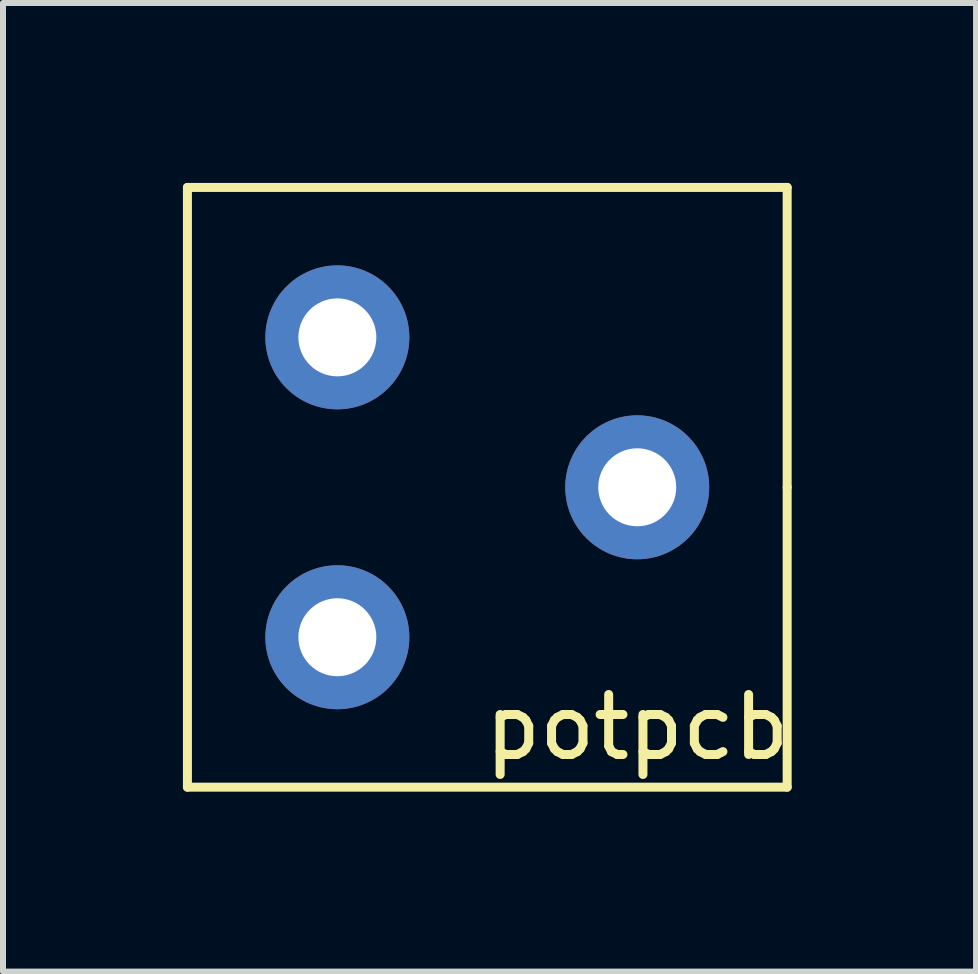
<source format=kicad_pcb>
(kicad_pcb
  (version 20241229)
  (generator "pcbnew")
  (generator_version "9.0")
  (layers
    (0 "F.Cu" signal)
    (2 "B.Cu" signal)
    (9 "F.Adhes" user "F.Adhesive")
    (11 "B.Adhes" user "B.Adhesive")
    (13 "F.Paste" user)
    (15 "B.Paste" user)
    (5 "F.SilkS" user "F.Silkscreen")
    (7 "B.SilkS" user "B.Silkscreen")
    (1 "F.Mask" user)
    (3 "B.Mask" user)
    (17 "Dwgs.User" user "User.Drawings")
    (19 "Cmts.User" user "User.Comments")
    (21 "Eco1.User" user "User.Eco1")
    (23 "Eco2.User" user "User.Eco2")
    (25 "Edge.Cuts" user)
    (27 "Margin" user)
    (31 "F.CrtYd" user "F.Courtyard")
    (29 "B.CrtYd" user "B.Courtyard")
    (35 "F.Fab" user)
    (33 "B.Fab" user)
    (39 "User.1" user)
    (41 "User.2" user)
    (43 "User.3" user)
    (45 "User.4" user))
  (footprint "potpcb"
    (layer "F.Cu")
    (at 5.075 5.075)
    (property "Reference" "potpcb" (at 2.5 4 0) (layer "F.SilkS") (effects (font (size 1 1) (thickness 0.15))))
    (attr through_hole)
    (fp_line (start -5 -5) (end -5 5) (stroke (width 0.15) (type solid)) (layer "F.SilkS"))
    (fp_line (start -5 5) (end 5 5) (stroke (width 0.15) (type solid)) (layer "F.SilkS"))
    (fp_line (start 5 -5) (end -5 -5) (stroke (width 0.15) (type solid)) (layer "F.SilkS"))
    (fp_line (start 5 0) (end 5 -5) (stroke (width 0.15) (type solid)) (layer "F.SilkS"))
    (fp_line (start 5 5) (end 5 0) (stroke (width 0.15) (type solid)) (layer "F.SilkS"))
    (pad "4" thru_hole circle (at 2.5 0) (size 2.4 2.4) (drill 1.3) (layers "*.Cu" "*.Mask"))
    (pad "5" thru_hole circle (at -2.5 -2.5) (size 2.4 2.4) (drill 1.3) (layers "*.Cu" "*.Mask"))
    (pad "6" thru_hole circle (at -2.5 2.5) (size 2.4 2.4) (drill 1.3) (layers "*.Cu" "*.Mask")))
  (gr_rect
    (start -3 -3)
    (end 13.224 13.15)
    (stroke (width 0.1) (type default))
    (fill no)
    (layer "Edge.Cuts")))
</source>
